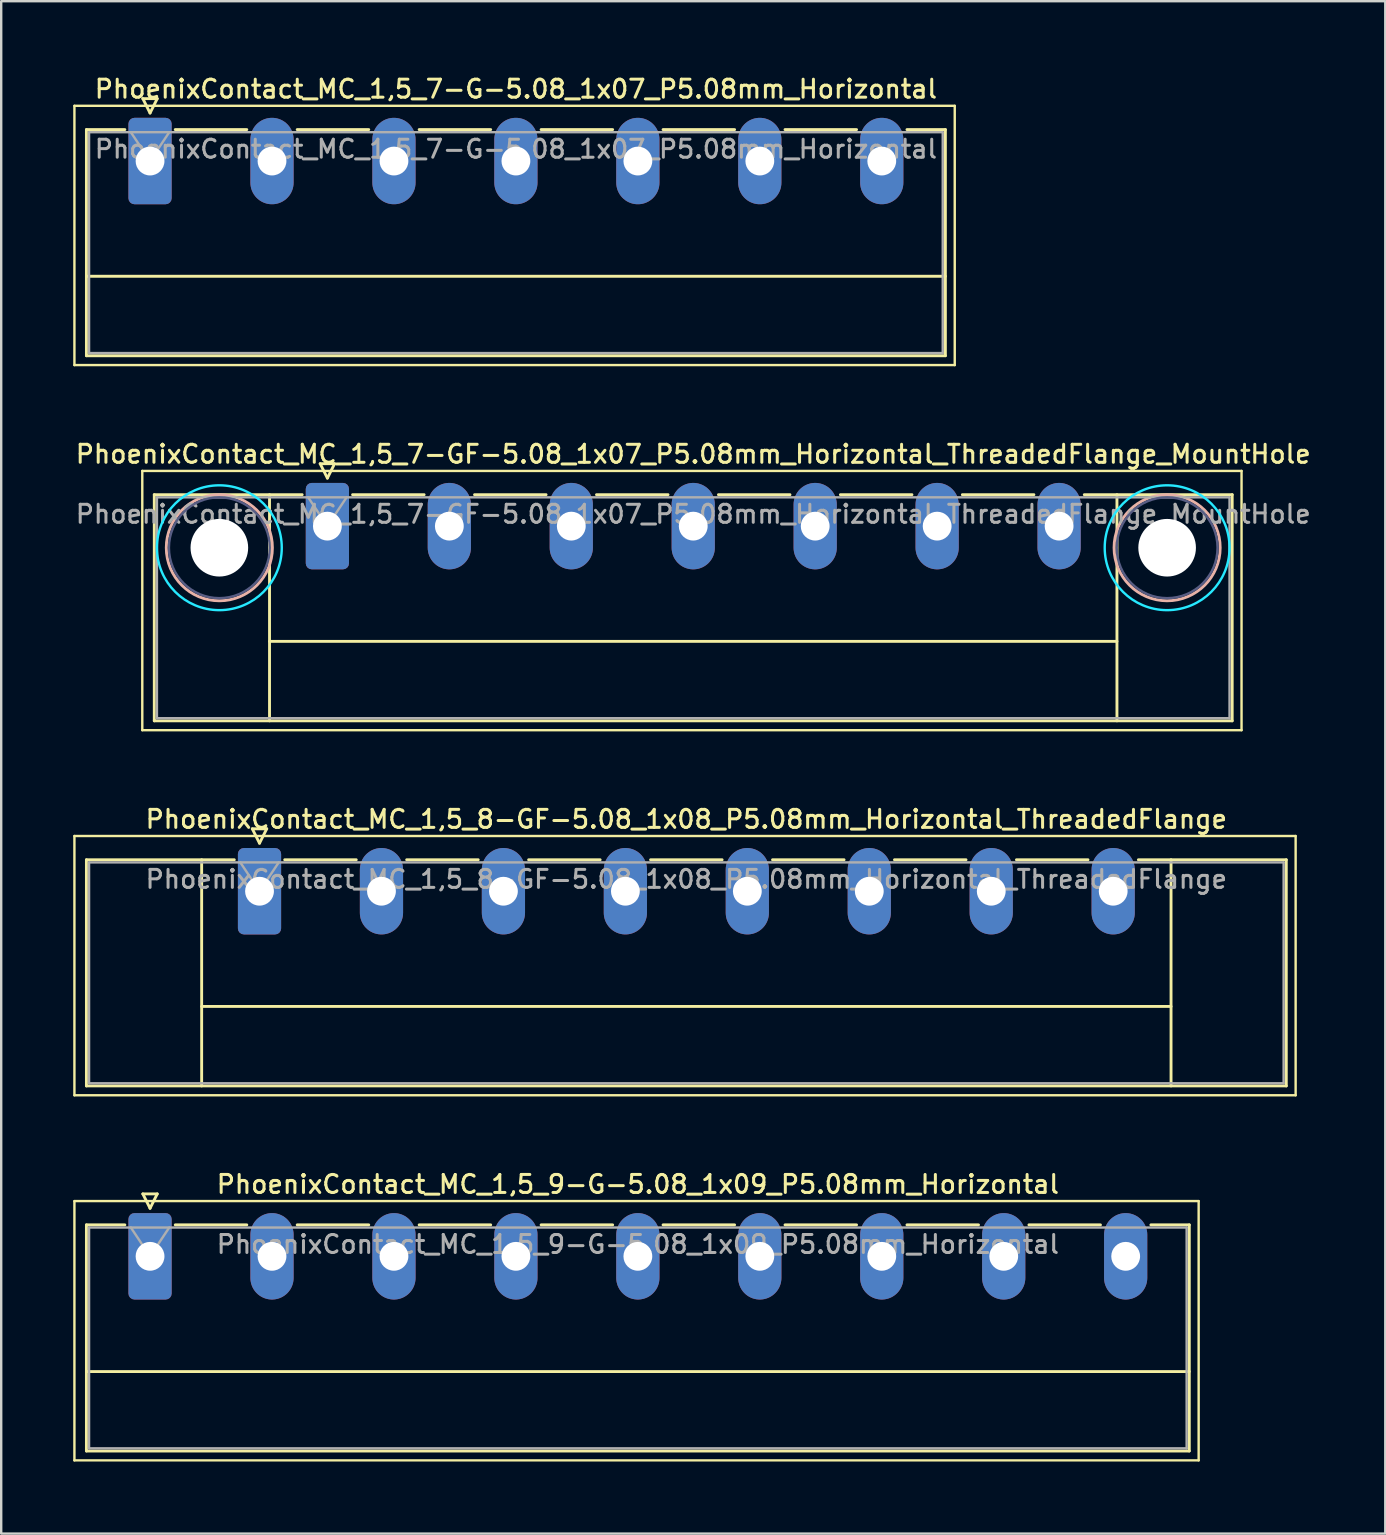
<source format=kicad_pcb>
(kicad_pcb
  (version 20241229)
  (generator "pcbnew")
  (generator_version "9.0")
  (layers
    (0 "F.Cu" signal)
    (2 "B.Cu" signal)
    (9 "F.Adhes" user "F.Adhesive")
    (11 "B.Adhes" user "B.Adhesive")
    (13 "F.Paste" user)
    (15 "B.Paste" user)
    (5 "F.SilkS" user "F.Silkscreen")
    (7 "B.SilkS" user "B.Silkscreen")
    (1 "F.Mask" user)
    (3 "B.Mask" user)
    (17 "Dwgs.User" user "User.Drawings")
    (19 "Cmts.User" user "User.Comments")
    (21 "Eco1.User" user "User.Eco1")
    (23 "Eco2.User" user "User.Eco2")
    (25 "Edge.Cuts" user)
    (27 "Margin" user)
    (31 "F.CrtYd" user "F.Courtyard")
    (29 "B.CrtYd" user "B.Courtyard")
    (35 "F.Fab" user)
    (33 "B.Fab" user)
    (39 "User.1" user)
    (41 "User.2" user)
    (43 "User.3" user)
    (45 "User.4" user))
  (footprint "PhoenixContact_MC_1,5_7-GF-5.08_1x07_P5.08mm_Horizontal_ThreadedFlange_MountHole"
    (layer "F.Cu")
    (at 10.587 18.866)
    (property "Reference" "PhoenixContact_MC_1,5_7-GF-5.08_1x07_P5.08mm_Horizontal_ThreadedFlange_MountHole" (at 15.24 -3 0) (layer "F.SilkS") (effects (font (size 0.75 0.75) (thickness 0.125))))
    (attr through_hole)
    (fp_line (start -7.71 -2.3) (end -7.71 8.5) (stroke (width 0.1) (type solid)) (layer "F.SilkS"))
    (fp_line (start -7.71 8.5) (end 38.08 8.5) (stroke (width 0.1) (type solid)) (layer "F.SilkS"))
    (fp_line (start -7.21 -1.31) (end -7.21 8.11) (stroke (width 0.12) (type solid)) (layer "F.SilkS"))
    (fp_line (start -7.21 -1.31) (end -1.05 -1.31) (stroke (width 0.12) (type solid)) (layer "F.SilkS"))
    (fp_line (start -7.21 8.11) (end 37.69 8.11) (stroke (width 0.12) (type solid)) (layer "F.SilkS"))
    (fp_line (start -2.41 -1.31) (end -2.41 8.11) (stroke (width 0.12) (type solid)) (layer "F.SilkS"))
    (fp_line (start -2.41 4.8) (end 32.89 4.8) (stroke (width 0.12) (type solid)) (layer "F.SilkS"))
    (fp_line (start -0.3 -2.6) (end 0.3 -2.6) (stroke (width 0.12) (type solid)) (layer "F.SilkS"))
    (fp_line (start 0 -2) (end -0.3 -2.6) (stroke (width 0.12) (type solid)) (layer "F.SilkS"))
    (fp_line (start 0.3 -2.6) (end 0 -2) (stroke (width 0.12) (type solid)) (layer "F.SilkS"))
    (fp_line (start 1.05 -1.31) (end 4.03 -1.31) (stroke (width 0.12) (type solid)) (layer "F.SilkS"))
    (fp_line (start 6.13 -1.31) (end 9.11 -1.31) (stroke (width 0.12) (type solid)) (layer "F.SilkS"))
    (fp_line (start 11.21 -1.31) (end 14.19 -1.31) (stroke (width 0.12) (type solid)) (layer "F.SilkS"))
    (fp_line (start 16.29 -1.31) (end 19.27 -1.31) (stroke (width 0.12) (type solid)) (layer "F.SilkS"))
    (fp_line (start 21.37 -1.31) (end 24.35 -1.31) (stroke (width 0.12) (type solid)) (layer "F.SilkS"))
    (fp_line (start 26.45 -1.31) (end 29.43 -1.31) (stroke (width 0.12) (type solid)) (layer "F.SilkS"))
    (fp_line (start 32.89 -1.31) (end 32.89 8.11) (stroke (width 0.12) (type solid)) (layer "F.SilkS"))
    (fp_line (start 37.69 -1.31) (end 31.53 -1.31) (stroke (width 0.12) (type solid)) (layer "F.SilkS"))
    (fp_line (start 37.69 8.11) (end 37.69 -1.31) (stroke (width 0.12) (type solid)) (layer "F.SilkS"))
    (fp_line (start 38.08 -2.3) (end -7.71 -2.3) (stroke (width 0.1) (type solid)) (layer "F.SilkS"))
    (fp_line (start 38.08 8.5) (end 38.08 -2.3) (stroke (width 0.1) (type solid)) (layer "F.SilkS"))
    (fp_circle (center -4.5 0.9) (end -2.29 0.9) (stroke (width 0.12) (type solid)) (fill no) (layer "B.SilkS"))
    (fp_circle (center 34.98 0.9) (end 37.19 0.9) (stroke (width 0.12) (type solid)) (fill no) (layer "B.SilkS"))
    (fp_circle (center -4.5 0.9) (end -1.9 0.9) (stroke (width 0.1) (type solid)) (fill no) (layer "B.CrtYd"))
    (fp_circle (center 34.98 0.9) (end 37.58 0.9) (stroke (width 0.1) (type solid)) (fill no) (layer "B.CrtYd"))
    (fp_circle (center -4.5 0.9) (end -2.4 0.9) (stroke (width 0.1) (type solid)) (fill no) (layer "B.Fab"))
    (fp_circle (center 34.98 0.9) (end 37.08 0.9) (stroke (width 0.1) (type solid)) (fill no) (layer "B.Fab"))
    (fp_line (start -7.1 -1.2) (end -7.1 8) (stroke (width 0.1) (type solid)) (layer "F.Fab"))
    (fp_line (start -7.1 8) (end 37.58 8) (stroke (width 0.1) (type solid)) (layer "F.Fab"))
    (fp_line (start 0 0) (end -0.8 -1.2) (stroke (width 0.1) (type solid)) (layer "F.Fab"))
    (fp_line (start 0.8 -1.2) (end 0 0) (stroke (width 0.1) (type solid)) (layer "F.Fab"))
    (fp_line (start 37.58 -1.2) (end -7.1 -1.2) (stroke (width 0.1) (type solid)) (layer "F.Fab"))
    (fp_line (start 37.58 8) (end 37.58 -1.2) (stroke (width 0.1) (type solid)) (layer "F.Fab"))
    (fp_text user "${REFERENCE}" (at 15.24 -0.5 0) (layer "F.Fab") (effects (font (size 0.75 0.75) (thickness 0.125))))
    (pad "" np_thru_hole circle (at -4.5 0.9) (size 2.4 2.4) (drill 2.4) (layers "*.Cu" "*.Mask"))
    (pad "" np_thru_hole circle (at 34.98 0.9) (size 2.4 2.4) (drill 2.4) (layers "*.Cu" "*.Mask"))
    (pad "1" thru_hole roundrect (at 0 0) (size 1.8 3.6) (drill 1.2) (layers "*.Cu" "*.Mask") (roundrect_rratio 0.139))
    (pad "2" thru_hole oval (at 5.08 0) (size 1.8 3.6) (drill 1.2) (layers "*.Cu" "*.Mask"))
    (pad "3" thru_hole oval (at 10.16 0) (size 1.8 3.6) (drill 1.2) (layers "*.Cu" "*.Mask"))
    (pad "4" thru_hole oval (at 15.24 0) (size 1.8 3.6) (drill 1.2) (layers "*.Cu" "*.Mask"))
    (pad "5" thru_hole oval (at 20.32 0) (size 1.8 3.6) (drill 1.2) (layers "*.Cu" "*.Mask"))
    (pad "6" thru_hole oval (at 25.4 0) (size 1.8 3.6) (drill 1.2) (layers "*.Cu" "*.Mask"))
    (pad "7" thru_hole oval (at 30.48 0) (size 1.8 3.6) (drill 1.2) (layers "*.Cu" "*.Mask")))
  (footprint "PhoenixContact_MC_1,5_8-GF-5.08_1x08_P5.08mm_Horizontal_ThreadedFlange"
    (layer "F.Cu")
    (at 7.76 34.074)
    (property "Reference" "PhoenixContact_MC_1,5_8-GF-5.08_1x08_P5.08mm_Horizontal_ThreadedFlange" (at 17.78 -3 0) (layer "F.SilkS") (effects (font (size 0.75 0.75) (thickness 0.125))))
    (attr through_hole)
    (fp_line (start -7.71 -2.3) (end -7.71 8.5) (stroke (width 0.1) (type solid)) (layer "F.SilkS"))
    (fp_line (start -7.71 8.5) (end 43.16 8.5) (stroke (width 0.1) (type solid)) (layer "F.SilkS"))
    (fp_line (start -7.21 -1.31) (end -7.21 8.11) (stroke (width 0.12) (type solid)) (layer "F.SilkS"))
    (fp_line (start -7.21 -1.31) (end -1.05 -1.31) (stroke (width 0.12) (type solid)) (layer "F.SilkS"))
    (fp_line (start -7.21 8.11) (end 42.77 8.11) (stroke (width 0.12) (type solid)) (layer "F.SilkS"))
    (fp_line (start -2.41 -1.31) (end -2.41 8.11) (stroke (width 0.12) (type solid)) (layer "F.SilkS"))
    (fp_line (start -2.41 4.8) (end 37.97 4.8) (stroke (width 0.12) (type solid)) (layer "F.SilkS"))
    (fp_line (start -0.3 -2.6) (end 0.3 -2.6) (stroke (width 0.12) (type solid)) (layer "F.SilkS"))
    (fp_line (start 0 -2) (end -0.3 -2.6) (stroke (width 0.12) (type solid)) (layer "F.SilkS"))
    (fp_line (start 0.3 -2.6) (end 0 -2) (stroke (width 0.12) (type solid)) (layer "F.SilkS"))
    (fp_line (start 1.05 -1.31) (end 4.03 -1.31) (stroke (width 0.12) (type solid)) (layer "F.SilkS"))
    (fp_line (start 6.13 -1.31) (end 9.11 -1.31) (stroke (width 0.12) (type solid)) (layer "F.SilkS"))
    (fp_line (start 11.21 -1.31) (end 14.19 -1.31) (stroke (width 0.12) (type solid)) (layer "F.SilkS"))
    (fp_line (start 16.29 -1.31) (end 19.27 -1.31) (stroke (width 0.12) (type solid)) (layer "F.SilkS"))
    (fp_line (start 21.37 -1.31) (end 24.35 -1.31) (stroke (width 0.12) (type solid)) (layer "F.SilkS"))
    (fp_line (start 26.45 -1.31) (end 29.43 -1.31) (stroke (width 0.12) (type solid)) (layer "F.SilkS"))
    (fp_line (start 31.53 -1.31) (end 34.51 -1.31) (stroke (width 0.12) (type solid)) (layer "F.SilkS"))
    (fp_line (start 37.97 -1.31) (end 37.97 8.11) (stroke (width 0.12) (type solid)) (layer "F.SilkS"))
    (fp_line (start 42.77 -1.31) (end 36.61 -1.31) (stroke (width 0.12) (type solid)) (layer "F.SilkS"))
    (fp_line (start 42.77 8.11) (end 42.77 -1.31) (stroke (width 0.12) (type solid)) (layer "F.SilkS"))
    (fp_line (start 43.16 -2.3) (end -7.71 -2.3) (stroke (width 0.1) (type solid)) (layer "F.SilkS"))
    (fp_line (start 43.16 8.5) (end 43.16 -2.3) (stroke (width 0.1) (type solid)) (layer "F.SilkS"))
    (fp_line (start -7.1 -1.2) (end -7.1 8) (stroke (width 0.1) (type solid)) (layer "F.Fab"))
    (fp_line (start -7.1 8) (end 42.66 8) (stroke (width 0.1) (type solid)) (layer "F.Fab"))
    (fp_line (start 0 0) (end -0.8 -1.2) (stroke (width 0.1) (type solid)) (layer "F.Fab"))
    (fp_line (start 0.8 -1.2) (end 0 0) (stroke (width 0.1) (type solid)) (layer "F.Fab"))
    (fp_line (start 42.66 -1.2) (end -7.1 -1.2) (stroke (width 0.1) (type solid)) (layer "F.Fab"))
    (fp_line (start 42.66 8) (end 42.66 -1.2) (stroke (width 0.1) (type solid)) (layer "F.Fab"))
    (fp_text user "${REFERENCE}" (at 17.78 -0.5 0) (layer "F.Fab") (effects (font (size 0.75 0.75) (thickness 0.125))))
    (pad "1" thru_hole roundrect (at 0 0) (size 1.8 3.6) (drill 1.2) (layers "*.Cu" "*.Mask") (roundrect_rratio 0.139))
    (pad "2" thru_hole oval (at 5.08 0) (size 1.8 3.6) (drill 1.2) (layers "*.Cu" "*.Mask"))
    (pad "3" thru_hole oval (at 10.16 0) (size 1.8 3.6) (drill 1.2) (layers "*.Cu" "*.Mask"))
    (pad "4" thru_hole oval (at 15.24 0) (size 1.8 3.6) (drill 1.2) (layers "*.Cu" "*.Mask"))
    (pad "5" thru_hole oval (at 20.32 0) (size 1.8 3.6) (drill 1.2) (layers "*.Cu" "*.Mask"))
    (pad "6" thru_hole oval (at 25.4 0) (size 1.8 3.6) (drill 1.2) (layers "*.Cu" "*.Mask"))
    (pad "7" thru_hole oval (at 30.48 0) (size 1.8 3.6) (drill 1.2) (layers "*.Cu" "*.Mask"))
    (pad "8" thru_hole oval (at 35.56 0) (size 1.8 3.6) (drill 1.2) (layers "*.Cu" "*.Mask")))
  (footprint "PhoenixContact_MC_1,5_7-G-5.08_1x07_P5.08mm_Horizontal"
    (layer "F.Cu")
    (at 3.2 3.658)
    (property "Reference" "PhoenixContact_MC_1,5_7-G-5.08_1x07_P5.08mm_Horizontal" (at 15.24 -3 0) (layer "F.SilkS") (effects (font (size 0.75 0.75) (thickness 0.125))))
    (attr through_hole)
    (fp_line (start -3.15 -2.3) (end -3.15 8.5) (stroke (width 0.1) (type solid)) (layer "F.SilkS"))
    (fp_line (start -3.15 8.5) (end 33.52 8.5) (stroke (width 0.1) (type solid)) (layer "F.SilkS"))
    (fp_line (start -2.65 -1.31) (end -2.65 8.11) (stroke (width 0.12) (type solid)) (layer "F.SilkS"))
    (fp_line (start -2.65 -1.31) (end -1.05 -1.31) (stroke (width 0.12) (type solid)) (layer "F.SilkS"))
    (fp_line (start -2.65 4.8) (end 33.13 4.8) (stroke (width 0.12) (type solid)) (layer "F.SilkS"))
    (fp_line (start -2.65 8.11) (end 33.13 8.11) (stroke (width 0.12) (type solid)) (layer "F.SilkS"))
    (fp_line (start -0.3 -2.6) (end 0.3 -2.6) (stroke (width 0.12) (type solid)) (layer "F.SilkS"))
    (fp_line (start 0 -2) (end -0.3 -2.6) (stroke (width 0.12) (type solid)) (layer "F.SilkS"))
    (fp_line (start 0.3 -2.6) (end 0 -2) (stroke (width 0.12) (type solid)) (layer "F.SilkS"))
    (fp_line (start 1.05 -1.31) (end 4.03 -1.31) (stroke (width 0.12) (type solid)) (layer "F.SilkS"))
    (fp_line (start 6.13 -1.31) (end 9.11 -1.31) (stroke (width 0.12) (type solid)) (layer "F.SilkS"))
    (fp_line (start 11.21 -1.31) (end 14.19 -1.31) (stroke (width 0.12) (type solid)) (layer "F.SilkS"))
    (fp_line (start 16.29 -1.31) (end 19.27 -1.31) (stroke (width 0.12) (type solid)) (layer "F.SilkS"))
    (fp_line (start 21.37 -1.31) (end 24.35 -1.31) (stroke (width 0.12) (type solid)) (layer "F.SilkS"))
    (fp_line (start 26.45 -1.31) (end 29.43 -1.31) (stroke (width 0.12) (type solid)) (layer "F.SilkS"))
    (fp_line (start 33.13 -1.31) (end 31.53 -1.31) (stroke (width 0.12) (type solid)) (layer "F.SilkS"))
    (fp_line (start 33.13 8.11) (end 33.13 -1.31) (stroke (width 0.12) (type solid)) (layer "F.SilkS"))
    (fp_line (start 33.52 -2.3) (end -3.15 -2.3) (stroke (width 0.1) (type solid)) (layer "F.SilkS"))
    (fp_line (start 33.52 8.5) (end 33.52 -2.3) (stroke (width 0.1) (type solid)) (layer "F.SilkS"))
    (fp_line (start -2.54 -1.2) (end -2.54 8) (stroke (width 0.1) (type solid)) (layer "F.Fab"))
    (fp_line (start -2.54 8) (end 33.02 8) (stroke (width 0.1) (type solid)) (layer "F.Fab"))
    (fp_line (start 0 0) (end -0.8 -1.2) (stroke (width 0.1) (type solid)) (layer "F.Fab"))
    (fp_line (start 0.8 -1.2) (end 0 0) (stroke (width 0.1) (type solid)) (layer "F.Fab"))
    (fp_line (start 33.02 -1.2) (end -2.54 -1.2) (stroke (width 0.1) (type solid)) (layer "F.Fab"))
    (fp_line (start 33.02 8) (end 33.02 -1.2) (stroke (width 0.1) (type solid)) (layer "F.Fab"))
    (fp_text user "${REFERENCE}" (at 15.24 -0.5 0) (layer "F.Fab") (effects (font (size 0.75 0.75) (thickness 0.125))))
    (pad "1" thru_hole roundrect (at 0 0) (size 1.8 3.6) (drill 1.2) (layers "*.Cu" "*.Mask") (roundrect_rratio 0.139))
    (pad "2" thru_hole oval (at 5.08 0) (size 1.8 3.6) (drill 1.2) (layers "*.Cu" "*.Mask"))
    (pad "3" thru_hole oval (at 10.16 0) (size 1.8 3.6) (drill 1.2) (layers "*.Cu" "*.Mask"))
    (pad "4" thru_hole oval (at 15.24 0) (size 1.8 3.6) (drill 1.2) (layers "*.Cu" "*.Mask"))
    (pad "5" thru_hole oval (at 20.32 0) (size 1.8 3.6) (drill 1.2) (layers "*.Cu" "*.Mask"))
    (pad "6" thru_hole oval (at 25.4 0) (size 1.8 3.6) (drill 1.2) (layers "*.Cu" "*.Mask"))
    (pad "7" thru_hole oval (at 30.48 0) (size 1.8 3.6) (drill 1.2) (layers "*.Cu" "*.Mask")))
  (footprint "PhoenixContact_MC_1,5_9-G-5.08_1x09_P5.08mm_Horizontal"
    (layer "F.Cu")
    (at 3.2 49.282)
    (property "Reference" "PhoenixContact_MC_1,5_9-G-5.08_1x09_P5.08mm_Horizontal" (at 20.32 -3 0) (layer "F.SilkS") (effects (font (size 0.75 0.75) (thickness 0.125))))
    (attr through_hole)
    (fp_line (start -3.15 -2.3) (end -3.15 8.5) (stroke (width 0.1) (type solid)) (layer "F.SilkS"))
    (fp_line (start -3.15 8.5) (end 43.68 8.5) (stroke (width 0.1) (type solid)) (layer "F.SilkS"))
    (fp_line (start -2.65 -1.31) (end -2.65 8.11) (stroke (width 0.12) (type solid)) (layer "F.SilkS"))
    (fp_line (start -2.65 -1.31) (end -1.05 -1.31) (stroke (width 0.12) (type solid)) (layer "F.SilkS"))
    (fp_line (start -2.65 4.8) (end 43.29 4.8) (stroke (width 0.12) (type solid)) (layer "F.SilkS"))
    (fp_line (start -2.65 8.11) (end 43.29 8.11) (stroke (width 0.12) (type solid)) (layer "F.SilkS"))
    (fp_line (start -0.3 -2.6) (end 0.3 -2.6) (stroke (width 0.12) (type solid)) (layer "F.SilkS"))
    (fp_line (start 0 -2) (end -0.3 -2.6) (stroke (width 0.12) (type solid)) (layer "F.SilkS"))
    (fp_line (start 0.3 -2.6) (end 0 -2) (stroke (width 0.12) (type solid)) (layer "F.SilkS"))
    (fp_line (start 1.05 -1.31) (end 4.03 -1.31) (stroke (width 0.12) (type solid)) (layer "F.SilkS"))
    (fp_line (start 6.13 -1.31) (end 9.11 -1.31) (stroke (width 0.12) (type solid)) (layer "F.SilkS"))
    (fp_line (start 11.21 -1.31) (end 14.19 -1.31) (stroke (width 0.12) (type solid)) (layer "F.SilkS"))
    (fp_line (start 16.29 -1.31) (end 19.27 -1.31) (stroke (width 0.12) (type solid)) (layer "F.SilkS"))
    (fp_line (start 21.37 -1.31) (end 24.35 -1.31) (stroke (width 0.12) (type solid)) (layer "F.SilkS"))
    (fp_line (start 26.45 -1.31) (end 29.43 -1.31) (stroke (width 0.12) (type solid)) (layer "F.SilkS"))
    (fp_line (start 31.53 -1.31) (end 34.51 -1.31) (stroke (width 0.12) (type solid)) (layer "F.SilkS"))
    (fp_line (start 36.61 -1.31) (end 39.59 -1.31) (stroke (width 0.12) (type solid)) (layer "F.SilkS"))
    (fp_line (start 43.29 -1.31) (end 41.69 -1.31) (stroke (width 0.12) (type solid)) (layer "F.SilkS"))
    (fp_line (start 43.29 8.11) (end 43.29 -1.31) (stroke (width 0.12) (type solid)) (layer "F.SilkS"))
    (fp_line (start 43.68 -2.3) (end -3.15 -2.3) (stroke (width 0.1) (type solid)) (layer "F.SilkS"))
    (fp_line (start 43.68 8.5) (end 43.68 -2.3) (stroke (width 0.1) (type solid)) (layer "F.SilkS"))
    (fp_line (start -2.54 -1.2) (end -2.54 8) (stroke (width 0.1) (type solid)) (layer "F.Fab"))
    (fp_line (start -2.54 8) (end 43.18 8) (stroke (width 0.1) (type solid)) (layer "F.Fab"))
    (fp_line (start 0 0) (end -0.8 -1.2) (stroke (width 0.1) (type solid)) (layer "F.Fab"))
    (fp_line (start 0.8 -1.2) (end 0 0) (stroke (width 0.1) (type solid)) (layer "F.Fab"))
    (fp_line (start 43.18 -1.2) (end -2.54 -1.2) (stroke (width 0.1) (type solid)) (layer "F.Fab"))
    (fp_line (start 43.18 8) (end 43.18 -1.2) (stroke (width 0.1) (type solid)) (layer "F.Fab"))
    (fp_text user "${REFERENCE}" (at 20.32 -0.5 0) (layer "F.Fab") (effects (font (size 0.75 0.75) (thickness 0.125))))
    (pad "1" thru_hole roundrect (at 0 0) (size 1.8 3.6) (drill 1.2) (layers "*.Cu" "*.Mask") (roundrect_rratio 0.139))
    (pad "2" thru_hole oval (at 5.08 0) (size 1.8 3.6) (drill 1.2) (layers "*.Cu" "*.Mask"))
    (pad "3" thru_hole oval (at 10.16 0) (size 1.8 3.6) (drill 1.2) (layers "*.Cu" "*.Mask"))
    (pad "4" thru_hole oval (at 15.24 0) (size 1.8 3.6) (drill 1.2) (layers "*.Cu" "*.Mask"))
    (pad "5" thru_hole oval (at 20.32 0) (size 1.8 3.6) (drill 1.2) (layers "*.Cu" "*.Mask"))
    (pad "6" thru_hole oval (at 25.4 0) (size 1.8 3.6) (drill 1.2) (layers "*.Cu" "*.Mask"))
    (pad "7" thru_hole oval (at 30.48 0) (size 1.8 3.6) (drill 1.2) (layers "*.Cu" "*.Mask"))
    (pad "8" thru_hole oval (at 35.56 0) (size 1.8 3.6) (drill 1.2) (layers "*.Cu" "*.Mask"))
    (pad "9" thru_hole oval (at 40.64 0) (size 1.8 3.6) (drill 1.2) (layers "*.Cu" "*.Mask")))
  (gr_rect
    (start -3 -3)
    (end 54.654 60.833)
    (stroke (width 0.1) (type default))
    (fill no)
    (layer "Edge.Cuts")))
</source>
